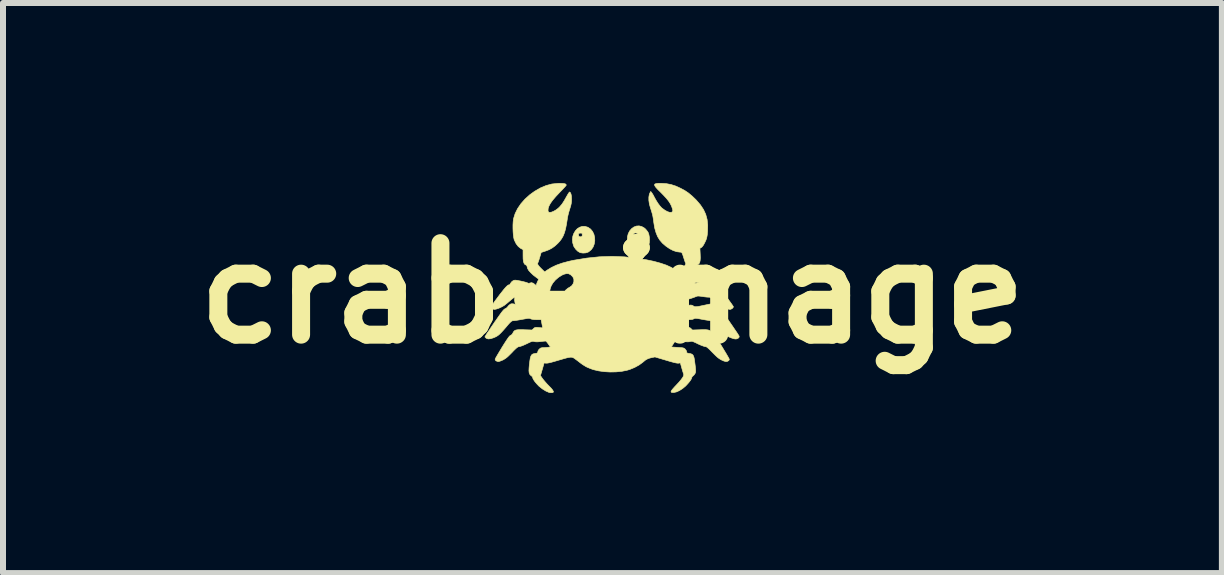
<source format=kicad_pcb>
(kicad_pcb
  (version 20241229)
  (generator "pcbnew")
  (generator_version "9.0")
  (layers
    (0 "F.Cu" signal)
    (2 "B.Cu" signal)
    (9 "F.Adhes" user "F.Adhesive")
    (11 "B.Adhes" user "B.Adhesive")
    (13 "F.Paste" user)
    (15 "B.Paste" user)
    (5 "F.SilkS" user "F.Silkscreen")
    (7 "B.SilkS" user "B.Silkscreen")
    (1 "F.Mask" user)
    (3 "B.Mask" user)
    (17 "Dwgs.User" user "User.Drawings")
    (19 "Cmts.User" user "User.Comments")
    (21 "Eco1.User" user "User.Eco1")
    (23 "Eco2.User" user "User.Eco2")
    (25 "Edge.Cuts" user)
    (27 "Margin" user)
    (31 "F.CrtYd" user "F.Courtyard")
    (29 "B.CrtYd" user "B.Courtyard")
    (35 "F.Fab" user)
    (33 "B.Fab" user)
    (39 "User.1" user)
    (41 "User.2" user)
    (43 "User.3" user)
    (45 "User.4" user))
  (footprint "crab-image"
    (layer "F.Cu")
    (at 7.156 1.837)
    (property "Reference" "crab-image" (at 0 0 0) (layer "F.SilkS") (effects (font (size 1.524 1.524) (thickness 0.3))))
    (attr through_hole)
    (fp_poly (pts (xy 0.488 -1.112) (xy 0.532 -1.087) (xy 0.543 -1.078) (xy 0.567 -1.052) (xy 0.588 -1.024) (xy 0.595 -1.012) (xy 0.607 -0.977) (xy 0.615 -0.932) (xy 0.617 -0.885) (xy 0.614 -0.842) (xy 0.61 -0.825) (xy 0.586 -0.771) (xy 0.553 -0.728) (xy 0.512 -0.696) (xy 0.466 -0.679) (xy 0.417 -0.676) (xy 0.406 -0.677) (xy 0.355 -0.695) (xy 0.313 -0.726) (xy 0.28 -0.769) (xy 0.257 -0.823) (xy 0.247 -0.882) (xy 0.249 -0.941) (xy 0.257 -0.971) (xy 0.347 -0.971) (xy 0.356 -0.952) (xy 0.358 -0.95) (xy 0.376 -0.942) (xy 0.398 -0.944) (xy 0.416 -0.956) (xy 0.418 -0.959) (xy 0.422 -0.978) (xy 0.412 -0.996) (xy 0.392 -1.006) (xy 0.39 -1.006) (xy 0.367 -1.003) (xy 0.352 -0.99) (xy 0.347 -0.971) (xy 0.257 -0.971) (xy 0.263 -0.994) (xy 0.287 -1.04) (xy 0.319 -1.077) (xy 0.357 -1.104) (xy 0.399 -1.12) (xy 0.443 -1.123) (xy 0.488 -1.112)) (stroke (width 0.01) (type solid)) (fill yes) (layer "F.SilkS"))
    (fp_poly (pts (xy -0.412 -1.101) (xy -0.409 -1.1) (xy -0.365 -1.07) (xy -0.332 -1.03) (xy -0.309 -0.982) (xy -0.297 -0.929) (xy -0.295 -0.874) (xy -0.304 -0.82) (xy -0.323 -0.77) (xy -0.353 -0.727) (xy -0.394 -0.693) (xy -0.407 -0.685) (xy -0.446 -0.673) (xy -0.491 -0.67) (xy -0.534 -0.676) (xy -0.546 -0.681) (xy -0.58 -0.702) (xy -0.613 -0.735) (xy -0.64 -0.774) (xy -0.646 -0.786) (xy -0.663 -0.842) (xy -0.668 -0.896) (xy -0.661 -0.949) (xy -0.649 -0.984) (xy -0.566 -0.984) (xy -0.566 -0.957) (xy -0.555 -0.944) (xy -0.533 -0.941) (xy -0.531 -0.941) (xy -0.513 -0.945) (xy -0.505 -0.954) (xy -0.504 -0.974) (xy -0.505 -0.994) (xy -0.512 -1.002) (xy -0.531 -1.003) (xy -0.533 -1.003) (xy -0.554 -1.001) (xy -0.563 -0.993) (xy -0.566 -0.984) (xy -0.649 -0.984) (xy -0.644 -0.997) (xy -0.619 -1.04) (xy -0.587 -1.075) (xy -0.548 -1.1) (xy -0.506 -1.114) (xy -0.46 -1.115) (xy -0.412 -1.101)) (stroke (width 0.01) (type solid)) (fill yes) (layer "F.SilkS"))
    (fp_poly (pts (xy 0.812 -1.832) (xy 0.896 -1.827) (xy 0.976 -1.812) (xy 1.056 -1.786) (xy 1.13 -1.752) (xy 1.202 -1.714) (xy 1.266 -1.671) (xy 1.326 -1.621) (xy 1.389 -1.561) (xy 1.4 -1.549) (xy 1.466 -1.472) (xy 1.517 -1.395) (xy 1.554 -1.315) (xy 1.577 -1.23) (xy 1.587 -1.138) (xy 1.585 -1.035) (xy 1.583 -1.016) (xy 1.579 -0.971) (xy 1.573 -0.938) (xy 1.566 -0.91) (xy 1.556 -0.882) (xy 1.54 -0.849) (xy 1.54 -0.848) (xy 1.516 -0.803) (xy 1.494 -0.774) (xy 1.481 -0.763) (xy 1.457 -0.75) (xy 1.462 -0.647) (xy 1.464 -0.59) (xy 1.461 -0.547) (xy 1.454 -0.515) (xy 1.441 -0.492) (xy 1.422 -0.477) (xy 1.418 -0.474) (xy 1.4 -0.457) (xy 1.397 -0.44) (xy 1.39 -0.417) (xy 1.372 -0.387) (xy 1.344 -0.353) (xy 1.31 -0.318) (xy 1.272 -0.285) (xy 1.232 -0.256) (xy 1.22 -0.249) (xy 1.196 -0.235) (xy 1.217 -0.175) (xy 1.227 -0.145) (xy 1.236 -0.123) (xy 1.24 -0.112) (xy 1.24 -0.112) (xy 1.247 -0.115) (xy 1.263 -0.128) (xy 1.282 -0.144) (xy 1.312 -0.166) (xy 1.337 -0.176) (xy 1.359 -0.175) (xy 1.372 -0.169) (xy 1.391 -0.165) (xy 1.407 -0.173) (xy 1.423 -0.179) (xy 1.452 -0.188) (xy 1.488 -0.197) (xy 1.522 -0.204) (xy 1.564 -0.212) (xy 1.593 -0.217) (xy 1.613 -0.218) (xy 1.627 -0.216) (xy 1.64 -0.212) (xy 1.647 -0.209) (xy 1.675 -0.188) (xy 1.691 -0.166) (xy 1.701 -0.148) (xy 1.708 -0.139) (xy 1.71 -0.139) (xy 1.72 -0.141) (xy 1.734 -0.134) (xy 1.754 -0.117) (xy 1.779 -0.09) (xy 1.812 -0.052) (xy 1.852 -0.001) (xy 1.888 0.046) (xy 1.923 0.092) (xy 1.954 0.135) (xy 1.98 0.171) (xy 2 0.2) (xy 2.012 0.219) (xy 2.015 0.225) (xy 2.008 0.242) (xy 1.989 0.258) (xy 1.967 0.268) (xy 1.945 0.267) (xy 1.914 0.259) (xy 1.876 0.245) (xy 1.838 0.227) (xy 1.803 0.207) (xy 1.788 0.197) (xy 1.763 0.177) (xy 1.731 0.151) (xy 1.698 0.123) (xy 1.687 0.114) (xy 1.654 0.086) (xy 1.63 0.07) (xy 1.614 0.065) (xy 1.61 0.065) (xy 1.595 0.065) (xy 1.568 0.063) (xy 1.533 0.059) (xy 1.506 0.055) (xy 1.464 0.049) (xy 1.434 0.046) (xy 1.415 0.047) (xy 1.401 0.051) (xy 1.4 0.052) (xy 1.384 0.058) (xy 1.356 0.069) (xy 1.321 0.081) (xy 1.298 0.088) (xy 1.258 0.102) (xy 1.232 0.113) (xy 1.215 0.127) (xy 1.204 0.145) (xy 1.197 0.173) (xy 1.191 0.201) (xy 1.186 0.227) (xy 1.234 0.211) (xy 1.276 0.199) (xy 1.307 0.196) (xy 1.333 0.202) (xy 1.349 0.212) (xy 1.359 0.219) (xy 1.37 0.223) (xy 1.385 0.224) (xy 1.405 0.223) (xy 1.435 0.219) (xy 1.474 0.211) (xy 1.526 0.2) (xy 1.569 0.191) (xy 1.612 0.182) (xy 1.642 0.177) (xy 1.662 0.175) (xy 1.676 0.176) (xy 1.688 0.179) (xy 1.694 0.182) (xy 1.716 0.199) (xy 1.735 0.221) (xy 1.736 0.222) (xy 1.756 0.244) (xy 1.779 0.258) (xy 1.789 0.262) (xy 1.799 0.271) (xy 1.813 0.285) (xy 1.83 0.306) (xy 1.853 0.336) (xy 1.881 0.376) (xy 1.917 0.427) (xy 1.956 0.483) (xy 1.993 0.537) (xy 2.027 0.587) (xy 2.057 0.631) (xy 2.082 0.668) (xy 2.099 0.695) (xy 2.109 0.711) (xy 2.111 0.714) (xy 2.11 0.732) (xy 2.096 0.748) (xy 2.073 0.759) (xy 2.053 0.762) (xy 2.023 0.758) (xy 1.986 0.746) (xy 1.946 0.73) (xy 1.91 0.71) (xy 1.891 0.698) (xy 1.876 0.684) (xy 1.852 0.66) (xy 1.823 0.629) (xy 1.79 0.592) (xy 1.768 0.567) (xy 1.733 0.526) (xy 1.707 0.498) (xy 1.688 0.478) (xy 1.674 0.466) (xy 1.662 0.46) (xy 1.651 0.457) (xy 1.645 0.457) (xy 1.626 0.456) (xy 1.594 0.451) (xy 1.554 0.445) (xy 1.509 0.437) (xy 1.497 0.435) (xy 1.45 0.426) (xy 1.416 0.42) (xy 1.393 0.418) (xy 1.378 0.418) (xy 1.366 0.42) (xy 1.356 0.426) (xy 1.355 0.426) (xy 1.339 0.433) (xy 1.317 0.437) (xy 1.285 0.439) (xy 1.24 0.44) (xy 1.233 0.44) (xy 1.135 0.44) (xy 1.127 0.472) (xy 1.117 0.511) (xy 1.11 0.544) (xy 1.105 0.569) (xy 1.104 0.582) (xy 1.105 0.582) (xy 1.114 0.583) (xy 1.135 0.581) (xy 1.165 0.577) (xy 1.172 0.576) (xy 1.218 0.57) (xy 1.251 0.568) (xy 1.274 0.569) (xy 1.291 0.575) (xy 1.305 0.584) (xy 1.31 0.59) (xy 1.332 0.612) (xy 1.456 0.608) (xy 1.515 0.606) (xy 1.559 0.607) (xy 1.592 0.611) (xy 1.615 0.618) (xy 1.631 0.629) (xy 1.643 0.646) (xy 1.649 0.66) (xy 1.661 0.681) (xy 1.673 0.693) (xy 1.676 0.694) (xy 1.694 0.7) (xy 1.703 0.705) (xy 1.712 0.716) (xy 1.727 0.738) (xy 1.749 0.77) (xy 1.774 0.809) (xy 1.802 0.853) (xy 1.831 0.9) (xy 1.859 0.947) (xy 1.886 0.991) (xy 1.91 1.032) (xy 1.929 1.065) (xy 1.942 1.089) (xy 1.947 1.101) (xy 1.947 1.102) (xy 1.939 1.121) (xy 1.916 1.134) (xy 1.904 1.137) (xy 1.884 1.137) (xy 1.854 1.128) (xy 1.822 1.114) (xy 1.796 1.1) (xy 1.772 1.084) (xy 1.746 1.064) (xy 1.717 1.037) (xy 1.68 1) (xy 1.667 0.987) (xy 1.63 0.949) (xy 1.603 0.923) (xy 1.582 0.905) (xy 1.567 0.894) (xy 1.554 0.89) (xy 1.546 0.889) (xy 1.528 0.885) (xy 1.5 0.875) (xy 1.464 0.861) (xy 1.424 0.843) (xy 1.422 0.842) (xy 1.382 0.822) (xy 1.353 0.81) (xy 1.333 0.802) (xy 1.318 0.8) (xy 1.305 0.801) (xy 1.295 0.804) (xy 1.277 0.808) (xy 1.253 0.809) (xy 1.219 0.808) (xy 1.172 0.803) (xy 1.156 0.801) (xy 1.108 0.797) (xy 1.072 0.794) (xy 1.05 0.795) (xy 1.043 0.797) (xy 1.037 0.808) (xy 1.024 0.828) (xy 1.011 0.848) (xy 0.996 0.871) (xy 0.985 0.887) (xy 0.982 0.893) (xy 0.99 0.895) (xy 1.012 0.897) (xy 1.044 0.899) (xy 1.083 0.902) (xy 1.085 0.902) (xy 1.129 0.905) (xy 1.159 0.907) (xy 1.18 0.911) (xy 1.194 0.917) (xy 1.205 0.924) (xy 1.212 0.932) (xy 1.228 0.952) (xy 1.236 0.973) (xy 1.236 0.976) (xy 1.238 0.989) (xy 1.247 0.996) (xy 1.267 1.001) (xy 1.276 1.002) (xy 1.303 1.007) (xy 1.324 1.015) (xy 1.339 1.027) (xy 1.351 1.047) (xy 1.36 1.076) (xy 1.367 1.116) (xy 1.374 1.171) (xy 1.376 1.186) (xy 1.382 1.235) (xy 1.385 1.269) (xy 1.386 1.294) (xy 1.385 1.311) (xy 1.382 1.323) (xy 1.377 1.335) (xy 1.377 1.336) (xy 1.361 1.359) (xy 1.342 1.377) (xy 1.342 1.377) (xy 1.327 1.391) (xy 1.321 1.405) (xy 1.315 1.425) (xy 1.298 1.453) (xy 1.272 1.487) (xy 1.24 1.523) (xy 1.217 1.547) (xy 1.169 1.587) (xy 1.118 1.62) (xy 1.069 1.643) (xy 1.025 1.653) (xy 1.017 1.654) (xy 0.993 1.653) (xy 0.979 1.648) (xy 0.976 1.638) (xy 0.984 1.62) (xy 1.004 1.595) (xy 1.035 1.56) (xy 1.056 1.538) (xy 1.108 1.482) (xy 1.147 1.435) (xy 1.174 1.397) (xy 1.187 1.368) (xy 1.187 1.349) (xy 1.187 1.349) (xy 1.182 1.335) (xy 1.173 1.308) (xy 1.163 1.274) (xy 1.155 1.247) (xy 1.131 1.16) (xy 1.101 1.165) (xy 1.085 1.165) (xy 1.059 1.161) (xy 1.023 1.153) (xy 0.975 1.14) (xy 0.913 1.122) (xy 0.89 1.115) (xy 0.708 1.061) (xy 0.654 1.072) (xy 0.614 1.082) (xy 0.581 1.095) (xy 0.551 1.112) (xy 0.518 1.139) (xy 0.504 1.151) (xy 0.442 1.196) (xy 0.369 1.236) (xy 0.289 1.269) (xy 0.239 1.284) (xy 0.153 1.301) (xy 0.059 1.31) (xy -0.04 1.312) (xy -0.138 1.306) (xy -0.231 1.293) (xy -0.316 1.273) (xy -0.343 1.264) (xy -0.379 1.25) (xy -0.411 1.237) (xy -0.439 1.224) (xy -0.467 1.207) (xy -0.499 1.187) (xy -0.536 1.16) (xy -0.581 1.125) (xy -0.616 1.099) (xy -0.636 1.084) (xy -0.654 1.074) (xy -0.672 1.067) (xy -0.694 1.065) (xy -0.721 1.068) (xy -0.756 1.075) (xy -0.801 1.087) (xy -0.859 1.104) (xy -0.894 1.114) (xy -0.962 1.134) (xy -1.015 1.149) (xy -1.056 1.159) (xy -1.085 1.164) (xy -1.104 1.165) (xy -1.109 1.165) (xy -1.139 1.161) (xy -1.169 1.266) (xy -1.2 1.372) (xy -1.167 1.42) (xy -1.147 1.446) (xy -1.119 1.479) (xy -1.087 1.515) (xy -1.057 1.546) (xy -1.02 1.584) (xy -0.997 1.613) (xy -0.985 1.634) (xy -0.985 1.647) (xy -0.996 1.654) (xy -1.012 1.657) (xy -1.038 1.656) (xy -1.058 1.652) (xy -1.111 1.629) (xy -1.166 1.595) (xy -1.218 1.554) (xy -1.226 1.547) (xy -1.261 1.51) (xy -1.291 1.475) (xy -1.313 1.443) (xy -1.327 1.417) (xy -1.329 1.405) (xy -1.336 1.39) (xy -1.351 1.376) (xy -1.369 1.362) (xy -1.382 1.344) (xy -1.389 1.321) (xy -1.392 1.289) (xy -1.39 1.246) (xy -1.385 1.189) (xy -1.384 1.183) (xy -1.377 1.125) (xy -1.37 1.082) (xy -1.361 1.051) (xy -1.35 1.03) (xy -1.335 1.016) (xy -1.315 1.008) (xy -1.289 1.003) (xy -1.285 1.002) (xy -1.26 0.998) (xy -1.248 0.992) (xy -1.245 0.981) (xy -1.245 0.976) (xy -1.239 0.957) (xy -1.224 0.935) (xy -1.22 0.931) (xy -1.198 0.913) (xy -1.174 0.907) (xy -1.158 0.906) (xy -1.127 0.905) (xy -1.091 0.902) (xy -1.078 0.901) (xy -1.034 0.895) (xy -1.069 0.846) (xy -1.087 0.821) (xy -1.103 0.803) (xy -1.112 0.796) (xy -1.113 0.796) (xy -1.125 0.797) (xy -1.149 0.799) (xy -1.182 0.803) (xy -1.198 0.805) (xy -1.244 0.809) (xy -1.277 0.809) (xy -1.301 0.805) (xy -1.304 0.804) (xy -1.317 0.801) (xy -1.33 0.8) (xy -1.346 0.804) (xy -1.368 0.812) (xy -1.4 0.827) (xy -1.431 0.842) (xy -1.47 0.86) (xy -1.506 0.875) (xy -1.536 0.885) (xy -1.554 0.889) (xy -1.554 0.889) (xy -1.566 0.891) (xy -1.579 0.897) (xy -1.596 0.909) (xy -1.618 0.929) (xy -1.648 0.958) (xy -1.675 0.987) (xy -1.715 1.027) (xy -1.746 1.057) (xy -1.773 1.079) (xy -1.797 1.095) (xy -1.822 1.11) (xy -1.831 1.114) (xy -1.87 1.13) (xy -1.897 1.138) (xy -1.913 1.137) (xy -1.941 1.126) (xy -1.954 1.11) (xy -1.954 1.097) (xy -1.949 1.085) (xy -1.936 1.061) (xy -1.916 1.027) (xy -1.891 0.985) (xy -1.862 0.937) (xy -1.837 0.895) (xy -1.8 0.836) (xy -1.771 0.791) (xy -1.748 0.757) (xy -1.73 0.732) (xy -1.717 0.716) (xy -1.706 0.706) (xy -1.697 0.702) (xy -1.673 0.685) (xy -1.658 0.659) (xy -1.647 0.639) (xy -1.634 0.625) (xy -1.616 0.615) (xy -1.59 0.609) (xy -1.553 0.606) (xy -1.504 0.606) (xy -1.465 0.608) (xy -1.341 0.612) (xy -1.316 0.589) (xy -1.303 0.577) (xy -1.29 0.571) (xy -1.273 0.568) (xy -1.248 0.569) (xy -1.227 0.571) (xy -1.163 0.577) (xy -1.189 0.44) (xy -1.26 0.44) (xy -1.312 0.438) (xy -1.349 0.431) (xy -1.36 0.427) (xy -1.372 0.421) (xy -1.385 0.418) (xy -1.401 0.418) (xy -1.423 0.42) (xy -1.455 0.426) (xy -1.501 0.434) (xy -1.506 0.435) (xy -1.551 0.443) (xy -1.593 0.45) (xy -1.627 0.455) (xy -1.65 0.457) (xy -1.653 0.457) (xy -1.665 0.458) (xy -1.676 0.462) (xy -1.688 0.471) (xy -1.705 0.486) (xy -1.727 0.509) (xy -1.756 0.543) (xy -1.776 0.567) (xy -1.818 0.615) (xy -1.852 0.652) (xy -1.88 0.68) (xy -1.905 0.701) (xy -1.929 0.717) (xy -1.955 0.73) (xy -1.98 0.741) (xy -2.03 0.757) (xy -2.07 0.761) (xy -2.099 0.752) (xy -2.109 0.745) (xy -2.126 0.727) (xy -2.108 0.696) (xy -2.099 0.681) (xy -2.081 0.654) (xy -2.056 0.618) (xy -2.027 0.574) (xy -1.993 0.524) (xy -1.957 0.471) (xy -1.953 0.466) (xy -1.911 0.406) (xy -1.878 0.359) (xy -1.852 0.323) (xy -1.831 0.296) (xy -1.815 0.278) (xy -1.803 0.266) (xy -1.793 0.26) (xy -1.788 0.258) (xy -1.763 0.243) (xy -1.744 0.222) (xy -1.726 0.2) (xy -1.703 0.183) (xy -1.703 0.182) (xy -1.691 0.177) (xy -1.678 0.175) (xy -1.661 0.175) (xy -1.637 0.179) (xy -1.601 0.186) (xy -1.577 0.191) (xy -1.515 0.205) (xy -1.468 0.214) (xy -1.432 0.221) (xy -1.406 0.224) (xy -1.388 0.224) (xy -1.374 0.222) (xy -1.364 0.217) (xy -1.357 0.212) (xy -1.325 0.197) (xy -1.287 0.197) (xy -1.265 0.203) (xy -1.248 0.209) (xy -1.239 0.209) (xy -1.239 0.199) (xy -1.242 0.179) (xy -1.246 0.156) (xy -1.257 0.106) (xy -1.324 0.083) (xy -1.357 0.072) (xy -1.387 0.061) (xy -1.406 0.053) (xy -1.409 0.051) (xy -1.422 0.047) (xy -1.442 0.046) (xy -1.471 0.049) (xy -1.514 0.055) (xy -1.515 0.055) (xy -1.553 0.061) (xy -1.586 0.064) (xy -1.61 0.066) (xy -1.619 0.065) (xy -1.632 0.067) (xy -1.654 0.08) (xy -1.685 0.104) (xy -1.696 0.114) (xy -1.728 0.141) (xy -1.761 0.169) (xy -1.789 0.191) (xy -1.796 0.197) (xy -1.828 0.217) (xy -1.866 0.237) (xy -1.904 0.253) (xy -1.939 0.264) (xy -1.966 0.269) (xy -1.976 0.268) (xy -2 0.257) (xy -2.017 0.241) (xy -2.024 0.225) (xy -2.019 0.215) (xy -2.005 0.194) (xy -1.983 0.164) (xy -1.956 0.126) (xy -1.923 0.082) (xy -1.896 0.046) (xy -1.879 0.023) (xy -1.049 0.023) (xy -1.043 0.064) (xy -1.037 0.079) (xy -1.013 0.112) (xy -0.979 0.134) (xy -0.939 0.144) (xy -0.898 0.141) (xy -0.866 0.127) (xy -0.835 0.099) (xy -0.817 0.061) (xy -0.813 0.03) (xy -0.805 -0.013) (xy -0.782 -0.051) (xy -0.743 -0.084) (xy -0.713 -0.101) (xy -0.678 -0.126) (xy -0.655 -0.16) (xy -0.643 -0.197) (xy -0.644 -0.236) (xy -0.66 -0.272) (xy -0.666 -0.279) (xy -0.697 -0.309) (xy -0.729 -0.325) (xy -0.765 -0.328) (xy -0.808 -0.317) (xy -0.844 -0.301) (xy -0.899 -0.266) (xy -0.951 -0.221) (xy -0.994 -0.17) (xy -1.022 -0.121) (xy -1.038 -0.075) (xy -1.047 -0.025) (xy -1.049 0.023) (xy -1.879 0.023) (xy -1.849 -0.015) (xy -1.811 -0.063) (xy -1.781 -0.098) (xy -1.757 -0.122) (xy -1.739 -0.136) (xy -1.725 -0.141) (xy -1.718 -0.139) (xy -1.712 -0.144) (xy -1.702 -0.16) (xy -1.699 -0.166) (xy -1.678 -0.193) (xy -1.656 -0.209) (xy -1.642 -0.215) (xy -1.629 -0.218) (xy -1.612 -0.218) (xy -1.588 -0.215) (xy -1.553 -0.208) (xy -1.531 -0.204) (xy -1.491 -0.195) (xy -1.455 -0.186) (xy -1.429 -0.178) (xy -1.416 -0.173) (xy -1.396 -0.165) (xy -1.381 -0.169) (xy -1.351 -0.177) (xy -1.322 -0.169) (xy -1.298 -0.151) (xy -1.28 -0.136) (xy -1.271 -0.133) (xy -1.27 -0.136) (xy -1.266 -0.15) (xy -1.258 -0.173) (xy -1.25 -0.192) (xy -1.229 -0.235) (xy -1.269 -0.264) (xy -1.321 -0.304) (xy -1.364 -0.345) (xy -1.397 -0.382) (xy -1.416 -0.416) (xy -1.422 -0.441) (xy -1.428 -0.462) (xy -1.44 -0.47) (xy -1.46 -0.481) (xy -1.474 -0.501) (xy -1.484 -0.531) (xy -1.489 -0.574) (xy -1.49 -0.628) (xy -1.49 -0.727) (xy -1.531 -0.749) (xy -1.57 -0.78) (xy -1.605 -0.825) (xy -1.634 -0.884) (xy -1.639 -0.897) (xy -1.646 -0.929) (xy -1.652 -0.973) (xy -1.656 -1.026) (xy -1.658 -1.082) (xy -1.658 -1.139) (xy -1.655 -1.191) (xy -1.65 -1.234) (xy -1.648 -1.245) (xy -1.622 -1.328) (xy -1.581 -1.411) (xy -1.525 -1.493) (xy -1.457 -1.57) (xy -1.377 -1.642) (xy -1.298 -1.699) (xy -1.201 -1.755) (xy -1.106 -1.795) (xy -1.01 -1.821) (xy -0.91 -1.831) (xy -0.892 -1.832) (xy -0.842 -1.831) (xy -0.807 -1.828) (xy -0.784 -1.822) (xy -0.773 -1.812) (xy -0.77 -1.801) (xy -0.776 -1.793) (xy -0.792 -1.774) (xy -0.816 -1.748) (xy -0.846 -1.716) (xy -0.879 -1.682) (xy -0.944 -1.613) (xy -0.996 -1.552) (xy -1.034 -1.499) (xy -1.059 -1.452) (xy -1.072 -1.411) (xy -1.074 -1.379) (xy -1.07 -1.359) (xy -1.059 -1.35) (xy -1.047 -1.348) (xy -1.019 -1.351) (xy -0.983 -1.365) (xy -0.944 -1.387) (xy -0.905 -1.416) (xy -0.881 -1.439) (xy -0.843 -1.483) (xy -0.804 -1.543) (xy -0.779 -1.587) (xy -0.758 -1.624) (xy -0.74 -1.655) (xy -0.725 -1.677) (xy -0.716 -1.688) (xy -0.715 -1.688) (xy -0.702 -1.678) (xy -0.691 -1.654) (xy -0.684 -1.618) (xy -0.682 -1.572) (xy -0.682 -1.566) (xy -0.683 -1.529) (xy -0.687 -1.496) (xy -0.695 -1.46) (xy -0.708 -1.417) (xy -0.713 -1.401) (xy -0.727 -1.355) (xy -0.74 -1.305) (xy -0.75 -1.259) (xy -0.753 -1.236) (xy -0.767 -1.147) (xy -0.782 -1.072) (xy -0.8 -1.009) (xy -0.821 -0.956) (xy -0.847 -0.91) (xy -0.878 -0.868) (xy -0.91 -0.833) (xy -0.959 -0.788) (xy -1.006 -0.754) (xy -1.055 -0.727) (xy -1.112 -0.705) (xy -1.121 -0.702) (xy -1.188 -0.68) (xy -1.212 -0.6) (xy -1.223 -0.564) (xy -1.233 -0.533) (xy -1.241 -0.512) (xy -1.244 -0.506) (xy -1.248 -0.493) (xy -1.243 -0.478) (xy -1.23 -0.458) (xy -1.205 -0.43) (xy -1.175 -0.4) (xy -1.13 -0.356) (xy -1.088 -0.386) (xy -1.018 -0.429) (xy -0.936 -0.468) (xy -0.841 -0.502) (xy -0.73 -0.532) (xy -0.648 -0.55) (xy -0.429 -0.586) (xy -0.217 -0.608) (xy -0.007 -0.615) (xy 0.201 -0.607) (xy 0.41 -0.584) (xy 0.411 -0.583) (xy 0.557 -0.56) (xy 0.686 -0.533) (xy 0.799 -0.502) (xy 0.897 -0.469) (xy 0.978 -0.432) (xy 1.044 -0.392) (xy 1.053 -0.385) (xy 1.074 -0.371) (xy 1.09 -0.363) (xy 1.105 -0.364) (xy 1.122 -0.374) (xy 1.144 -0.395) (xy 1.174 -0.427) (xy 1.176 -0.428) (xy 1.2 -0.455) (xy 1.214 -0.473) (xy 1.221 -0.486) (xy 1.221 -0.496) (xy 1.216 -0.507) (xy 1.209 -0.525) (xy 1.199 -0.555) (xy 1.188 -0.589) (xy 1.185 -0.597) (xy 1.173 -0.636) (xy 1.163 -0.662) (xy 1.154 -0.677) (xy 1.143 -0.684) (xy 1.128 -0.686) (xy 1.122 -0.686) (xy 1.07 -0.693) (xy 1.012 -0.712) (xy 0.952 -0.743) (xy 0.892 -0.784) (xy 0.836 -0.832) (xy 0.831 -0.837) (xy 0.787 -0.888) (xy 0.752 -0.945) (xy 0.725 -1.012) (xy 0.703 -1.09) (xy 0.688 -1.182) (xy 0.686 -1.198) (xy 0.68 -1.242) (xy 0.674 -1.278) (xy 0.667 -1.312) (xy 0.656 -1.349) (xy 0.642 -1.395) (xy 0.633 -1.422) (xy 0.615 -1.486) (xy 0.606 -1.548) (xy 0.606 -1.602) (xy 0.614 -1.648) (xy 0.622 -1.668) (xy 0.637 -1.697) (xy 0.654 -1.676) (xy 0.667 -1.657) (xy 0.683 -1.63) (xy 0.696 -1.604) (xy 0.726 -1.55) (xy 0.758 -1.499) (xy 0.791 -1.455) (xy 0.82 -1.423) (xy 0.829 -1.416) (xy 0.873 -1.384) (xy 0.915 -1.361) (xy 0.951 -1.349) (xy 0.98 -1.348) (xy 0.999 -1.359) (xy 0.999 -1.359) (xy 1.005 -1.371) (xy 1.004 -1.388) (xy 0.999 -1.408) (xy 0.984 -1.452) (xy 0.963 -1.494) (xy 0.935 -1.537) (xy 0.898 -1.583) (xy 0.851 -1.634) (xy 0.801 -1.685) (xy 0.756 -1.729) (xy 0.724 -1.764) (xy 0.706 -1.79) (xy 0.7 -1.809) (xy 0.708 -1.821) (xy 0.729 -1.828) (xy 0.763 -1.832) (xy 0.811 -1.832) (xy 0.812 -1.832)) (stroke (width 0.01) (type solid)) (fill yes) (layer "F.SilkS")))
  (gr_rect
    (start -3 -3)
    (end 17.311 6.499)
    (stroke (width 0.1) (type default))
    (fill no)
    (layer "Edge.Cuts")))
</source>
